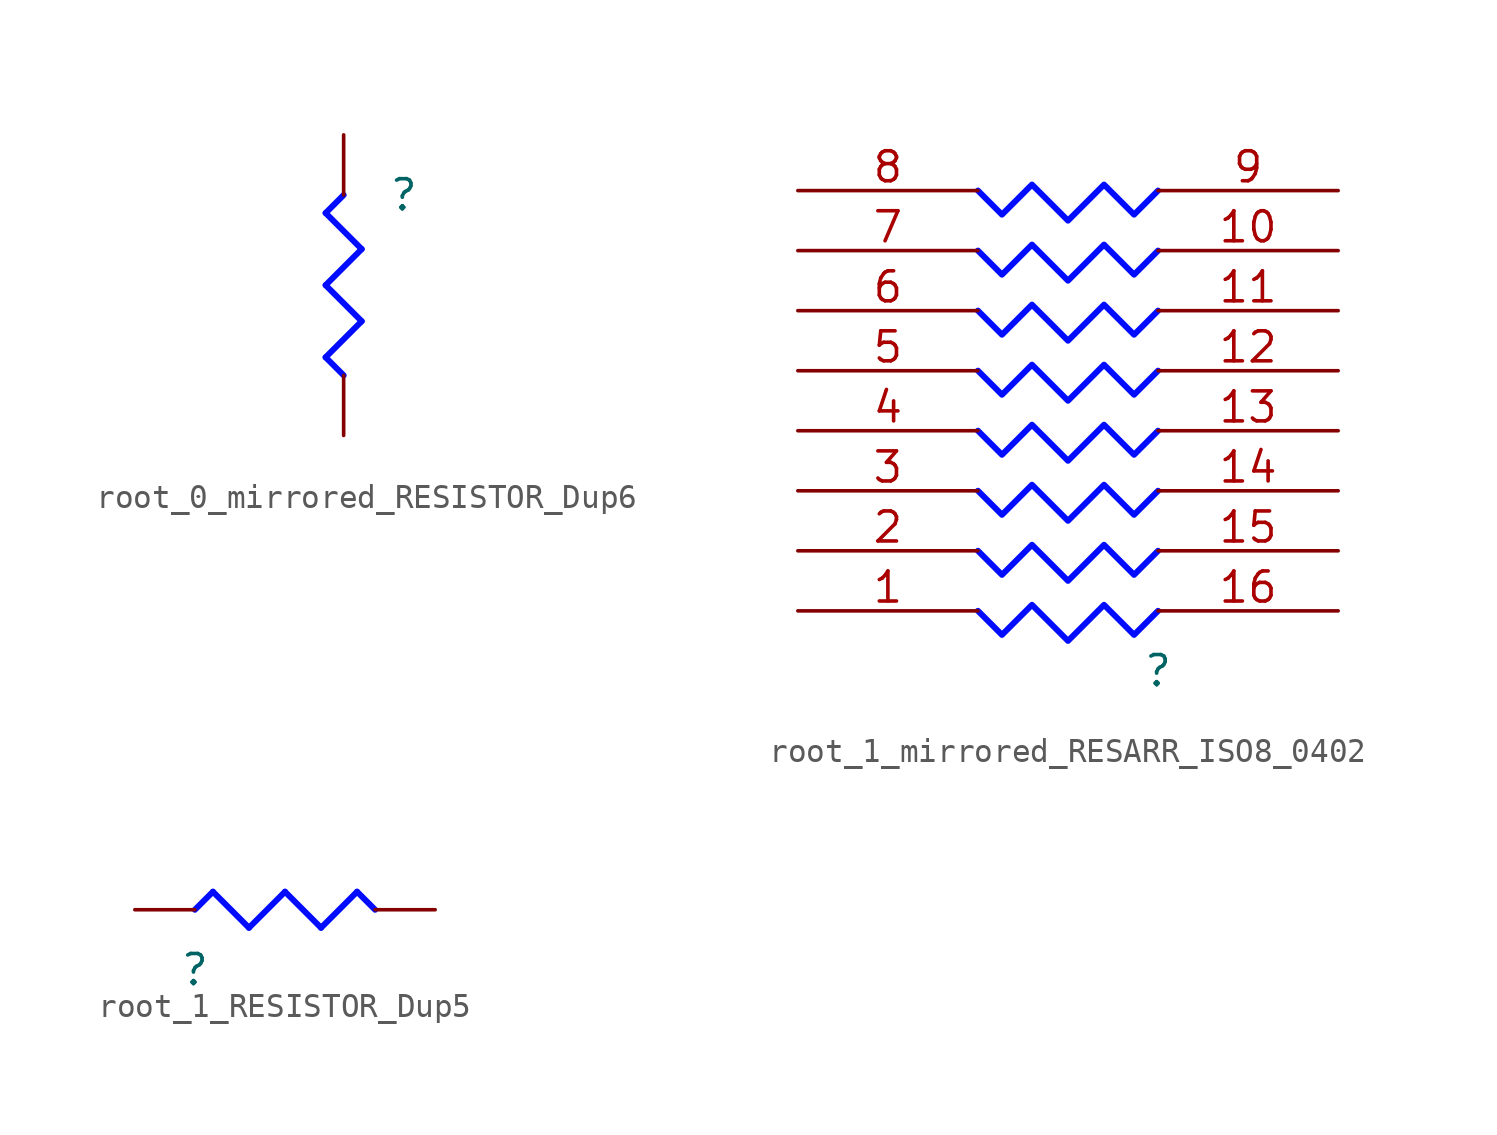
<source format=kicad_sym>
(kicad_symbol_lib
  (version 20231120)
  (generator "kicad_symbol_editor")
  (generator_version "8.0")
  (symbol "root_0_mirrored_RESISTOR_Dup6"
    (property "Reference" ""
      (at 0 0 0)
      (effects (font (size 1.27 1.27))))
    (property "Value" ""
      (at 0 0 0)
      (effects (font (size 1.27 1.27))))
    (symbol "root_0_mirrored_RESISTOR_Dup6_1_0"
      (polyline (pts (xy -3.302 -6.858) (xy -2.54 -7.62)) (stroke (width 0.254) (type solid) (color 0 11 255 1)) (fill (type none)))
      (polyline (pts (xy -3.302 -3.81) (xy -1.778 -5.334)) (stroke (width 0.254) (type solid) (color 0 11 255 1)) (fill (type none)))
      (polyline (pts (xy -3.302 -0.762) (xy -1.778 -2.286)) (stroke (width 0.254) (type solid) (color 0 11 255 1)) (fill (type none)))
      (polyline (pts (xy -2.54 0) (xy -3.302 -0.762)) (stroke (width 0.254) (type solid) (color 0 11 255 1)) (fill (type none)))
      (polyline (pts (xy -1.778 -5.334) (xy -3.302 -6.858)) (stroke (width 0.254) (type solid) (color 0 11 255 1)) (fill (type none)))
      (polyline (pts (xy -1.778 -2.286) (xy -3.302 -3.81)) (stroke (width 0.254) (type solid) (color 0 11 255 1)) (fill (type none)))
      (pin passive line (at -2.54 2.54 270) (length 2.54) (name "1" (effects (font (size 0 0)))) (number "1" (effects (font (size 0 0)))))
      (pin passive line (at -2.54 -10.16 90) (length 2.54) (name "2" (effects (font (size 0 0)))) (number "2" (effects (font (size 0 0)))))))
  (symbol "root_1_mirrored_RESARR_ISO8_0402"
    (property "Reference" ""
      (at 0 0 0)
      (effects (font (size 1.27 1.27))))
    (property "Value" ""
      (at 0 0 0)
      (effects (font (size 1.27 1.27))))
    (symbol "root_1_mirrored_RESARR_ISO8_0402_1_0"
      (polyline (pts (xy -7.62 2.54) (xy -7.62 2.54) (xy -6.604 1.524) (xy -5.334 2.794) (xy -3.81 1.27) (xy -2.286 2.794) (xy -1.016 1.524) (xy 0 2.54)) (stroke (width 0.254) (type solid) (color 0 11 255 1)) (fill (type none)))
      (polyline (pts (xy -7.62 5.08) (xy -7.62 5.08) (xy -6.604 4.064) (xy -5.334 5.334) (xy -3.81 3.81) (xy -2.286 5.334) (xy -1.016 4.064) (xy 0 5.08)) (stroke (width 0.254) (type solid) (color 0 11 255 1)) (fill (type none)))
      (polyline (pts (xy -7.62 7.62) (xy -7.62 7.62) (xy -6.604 6.604) (xy -5.334 7.874) (xy -3.81 6.35) (xy -2.286 7.874) (xy -1.016 6.604) (xy 0 7.62)) (stroke (width 0.254) (type solid) (color 0 11 255 1)) (fill (type none)))
      (polyline (pts (xy -7.62 10.16) (xy -7.62 10.16) (xy -6.604 9.144) (xy -5.334 10.414) (xy -3.81 8.89) (xy -2.286 10.414) (xy -1.016 9.144) (xy 0 10.16)) (stroke (width 0.254) (type solid) (color 0 11 255 1)) (fill (type none)))
      (polyline (pts (xy -7.62 12.7) (xy -7.62 12.7) (xy -6.604 11.684) (xy -5.334 12.954) (xy -3.81 11.43) (xy -2.286 12.954) (xy -1.016 11.684) (xy 0 12.7)) (stroke (width 0.254) (type solid) (color 0 11 255 1)) (fill (type none)))
      (polyline (pts (xy -7.62 15.24) (xy -7.62 15.24) (xy -6.604 14.224) (xy -5.334 15.494) (xy -3.81 13.97) (xy -2.286 15.494) (xy -1.016 14.224) (xy 0 15.24)) (stroke (width 0.254) (type solid) (color 0 11 255 1)) (fill (type none)))
      (polyline (pts (xy -7.62 17.78) (xy -7.62 17.78) (xy -6.604 16.764) (xy -5.334 18.034) (xy -3.81 16.51) (xy -2.286 18.034) (xy -1.016 16.764) (xy 0 17.78)) (stroke (width 0.254) (type solid) (color 0 11 255 1)) (fill (type none)))
      (polyline (pts (xy -7.62 20.32) (xy -7.62 20.32) (xy -6.604 19.304) (xy -5.334 20.574) (xy -3.81 19.05) (xy -2.286 20.574) (xy -1.016 19.304) (xy 0 20.32)) (stroke (width 0.254) (type solid) (color 0 11 255 1)) (fill (type none)))
      (pin passive line (at -15.24 2.54 0) (length 7.62) (name "1" (effects (font (size 0 0)))) (number "1" (effects (font (size 1.27 1.27)))))
      (pin passive line (at 7.62 17.78 180) (length 7.62) (name "10" (effects (font (size 0 0)))) (number "10" (effects (font (size 1.27 1.27)))))
      (pin passive line (at 7.62 15.24 180) (length 7.62) (name "11" (effects (font (size 0 0)))) (number "11" (effects (font (size 1.27 1.27)))))
      (pin passive line (at 7.62 12.7 180) (length 7.62) (name "12" (effects (font (size 0 0)))) (number "12" (effects (font (size 1.27 1.27)))))
      (pin passive line (at 7.62 10.16 180) (length 7.62) (name "13" (effects (font (size 0 0)))) (number "13" (effects (font (size 1.27 1.27)))))
      (pin passive line (at 7.62 7.62 180) (length 7.62) (name "14" (effects (font (size 0 0)))) (number "14" (effects (font (size 1.27 1.27)))))
      (pin passive line (at 7.62 5.08 180) (length 7.62) (name "15" (effects (font (size 0 0)))) (number "15" (effects (font (size 1.27 1.27)))))
      (pin passive line (at 7.62 2.54 180) (length 7.62) (name "16" (effects (font (size 0 0)))) (number "16" (effects (font (size 1.27 1.27)))))
      (pin passive line (at -15.24 5.08 0) (length 7.62) (name "2" (effects (font (size 0 0)))) (number "2" (effects (font (size 1.27 1.27)))))
      (pin passive line (at -15.24 7.62 0) (length 7.62) (name "3" (effects (font (size 0 0)))) (number "3" (effects (font (size 1.27 1.27)))))
      (pin passive line (at -15.24 10.16 0) (length 7.62) (name "4" (effects (font (size 0 0)))) (number "4" (effects (font (size 1.27 1.27)))))
      (pin passive line (at -15.24 12.7 0) (length 7.62) (name "5" (effects (font (size 0 0)))) (number "5" (effects (font (size 1.27 1.27)))))
      (pin passive line (at -15.24 15.24 0) (length 7.62) (name "6" (effects (font (size 0 0)))) (number "6" (effects (font (size 1.27 1.27)))))
      (pin passive line (at -15.24 17.78 0) (length 7.62) (name "7" (effects (font (size 0 0)))) (number "7" (effects (font (size 1.27 1.27)))))
      (pin passive line (at -15.24 20.32 0) (length 7.62) (name "8" (effects (font (size 0 0)))) (number "8" (effects (font (size 1.27 1.27)))))
      (pin passive line (at 7.62 20.32 180) (length 7.62) (name "9" (effects (font (size 0 0)))) (number "9" (effects (font (size 1.27 1.27)))))))
  (symbol "root_1_RESISTOR_Dup5"
    (property "Reference" ""
      (at 0 0 0)
      (effects (font (size 1.27 1.27))))
    (property "Value" ""
      (at 0 0 0)
      (effects (font (size 1.27 1.27))))
    (symbol "root_1_RESISTOR_Dup5_1_0"
      (polyline (pts (xy 0 2.54) (xy 0.762 3.302)) (stroke (width 0.254) (type solid) (color 0 11 255 1)) (fill (type none)))
      (polyline (pts (xy 0.762 3.302) (xy 2.286 1.778)) (stroke (width 0.254) (type solid) (color 0 11 255 1)) (fill (type none)))
      (polyline (pts (xy 2.286 1.778) (xy 3.81 3.302)) (stroke (width 0.254) (type solid) (color 0 11 255 1)) (fill (type none)))
      (polyline (pts (xy 3.81 3.302) (xy 5.334 1.778)) (stroke (width 0.254) (type solid) (color 0 11 255 1)) (fill (type none)))
      (polyline (pts (xy 5.334 1.778) (xy 6.858 3.302)) (stroke (width 0.254) (type solid) (color 0 11 255 1)) (fill (type none)))
      (polyline (pts (xy 6.858 3.302) (xy 7.62 2.54)) (stroke (width 0.254) (type solid) (color 0 11 255 1)) (fill (type none)))
      (pin passive line (at -2.54 2.54 0) (length 2.54) (name "1" (effects (font (size 0 0)))) (number "1" (effects (font (size 0 0)))))
      (pin passive line (at 10.16 2.54 180) (length 2.54) (name "2" (effects (font (size 0 0)))) (number "2" (effects (font (size 0 0))))))))
</source>
